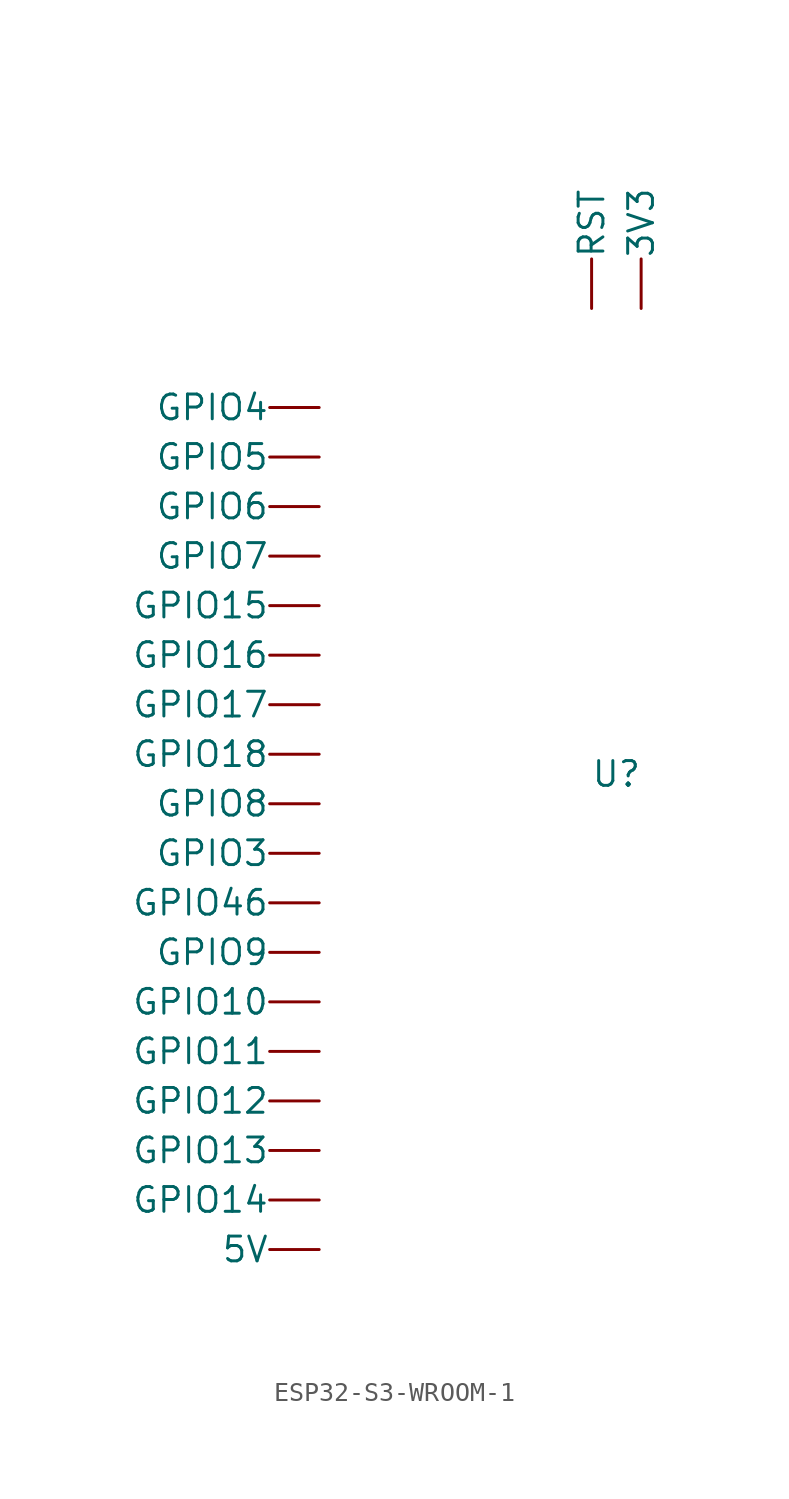
<source format=kicad_sym>
(kicad_symbol_lib
  (version 20241209)
  (generator "kicad_symbol_editor")
  (generator_version "9.0")
  (symbol "ESP32-S3-WROOM-1"
    (pin_names
      (offset 0.002))
    (property "Reference" "U"
      (at 0 -1.016 0)
      (effects (font (size 1.27 1.27))))
    (property "Value" ""
      (at 0 0 0)
      (effects (font (size 1.27 1.27))))
    (symbol "ESP32-S3-WROOM-1_0_0"
      (pin bidirectional line (at -15.24 17.78 180) (length 2.54) (name "GPIO4" (effects (font (size 1.27 1.27)))) (number "" (effects (font (size 1.27 1.27)))))
      (pin bidirectional line (at -15.24 15.24 180) (length 2.54) (name "GPIO5" (effects (font (size 1.27 1.27)))) (number "" (effects (font (size 1.27 1.27)))))
      (pin bidirectional line (at -15.24 12.7 180) (length 2.54) (name "GPIO6" (effects (font (size 1.27 1.27)))) (number "" (effects (font (size 1.27 1.27)))))
      (pin bidirectional line (at -15.24 10.16 180) (length 2.54) (name "GPIO7" (effects (font (size 1.27 1.27)))) (number "" (effects (font (size 1.27 1.27)))))
      (pin bidirectional line (at -15.24 7.62 180) (length 2.54) (name "GPIO15" (effects (font (size 1.27 1.27)))) (number "" (effects (font (size 1.27 1.27)))))
      (pin bidirectional line (at -15.24 5.08 180) (length 2.54) (name "GPIO16" (effects (font (size 1.27 1.27)))) (number "" (effects (font (size 1.27 1.27)))))
      (pin bidirectional line (at -15.24 2.54 180) (length 2.54) (name "GPIO17" (effects (font (size 1.27 1.27)))) (number "" (effects (font (size 1.27 1.27)))))
      (pin bidirectional line (at -15.24 0 180) (length 2.54) (name "GPIO18" (effects (font (size 1.27 1.27)))) (number "" (effects (font (size 1.27 1.27)))))
      (pin bidirectional line (at -15.24 -2.54 180) (length 2.54) (name "GPIO8" (effects (font (size 1.27 1.27)))) (number "" (effects (font (size 1.27 1.27)))))
      (pin bidirectional line (at -15.24 -5.08 180) (length 2.54) (name "GPIO3" (effects (font (size 1.27 1.27)))) (number "" (effects (font (size 1.27 1.27)))))
      (pin bidirectional line (at -15.24 -7.62 180) (length 2.54) (name "GPIO46" (effects (font (size 1.27 1.27)))) (number "" (effects (font (size 1.27 1.27)))))
      (pin bidirectional line (at -15.24 -10.16 180) (length 2.54) (name "GPIO9" (effects (font (size 1.27 1.27)))) (number "" (effects (font (size 1.27 1.27)))))
      (pin bidirectional line (at -15.24 -12.7 180) (length 2.54) (name "GPIO10" (effects (font (size 1.27 1.27)))) (number "" (effects (font (size 1.27 1.27)))))
      (pin bidirectional line (at -15.24 -15.24 180) (length 2.54) (name "GPIO11" (effects (font (size 1.27 1.27)))) (number "" (effects (font (size 1.27 1.27)))))
      (pin bidirectional line (at -15.24 -17.78 180) (length 2.54) (name "GPIO12" (effects (font (size 1.27 1.27)))) (number "" (effects (font (size 1.27 1.27)))))
      (pin bidirectional line (at -15.24 -20.32 180) (length 2.54) (name "GPIO13" (effects (font (size 1.27 1.27)))) (number "" (effects (font (size 1.27 1.27)))))
      (pin bidirectional line (at -15.24 -22.86 180) (length 2.54) (name "GPIO14" (effects (font (size 1.27 1.27)))) (number "" (effects (font (size 1.27 1.27)))))
      (pin power_out line (at -15.24 -25.4 180) (length 2.54) (name "5V" (effects (font (size 1.27 1.27)))) (number "" (effects (font (size 1.27 1.27)))))
      (pin input line (at -1.27 22.86 90) (length 2.54) (name "RST" (effects (font (size 1.27 1.27)))) (number "" (effects (font (size 1.27 1.27)))))
      (pin power_out line (at 1.27 22.86 90) (length 2.54) (name "3V3" (effects (font (size 1.27 1.27)))) (number "" (effects (font (size 1.27 1.27))))))))
</source>
